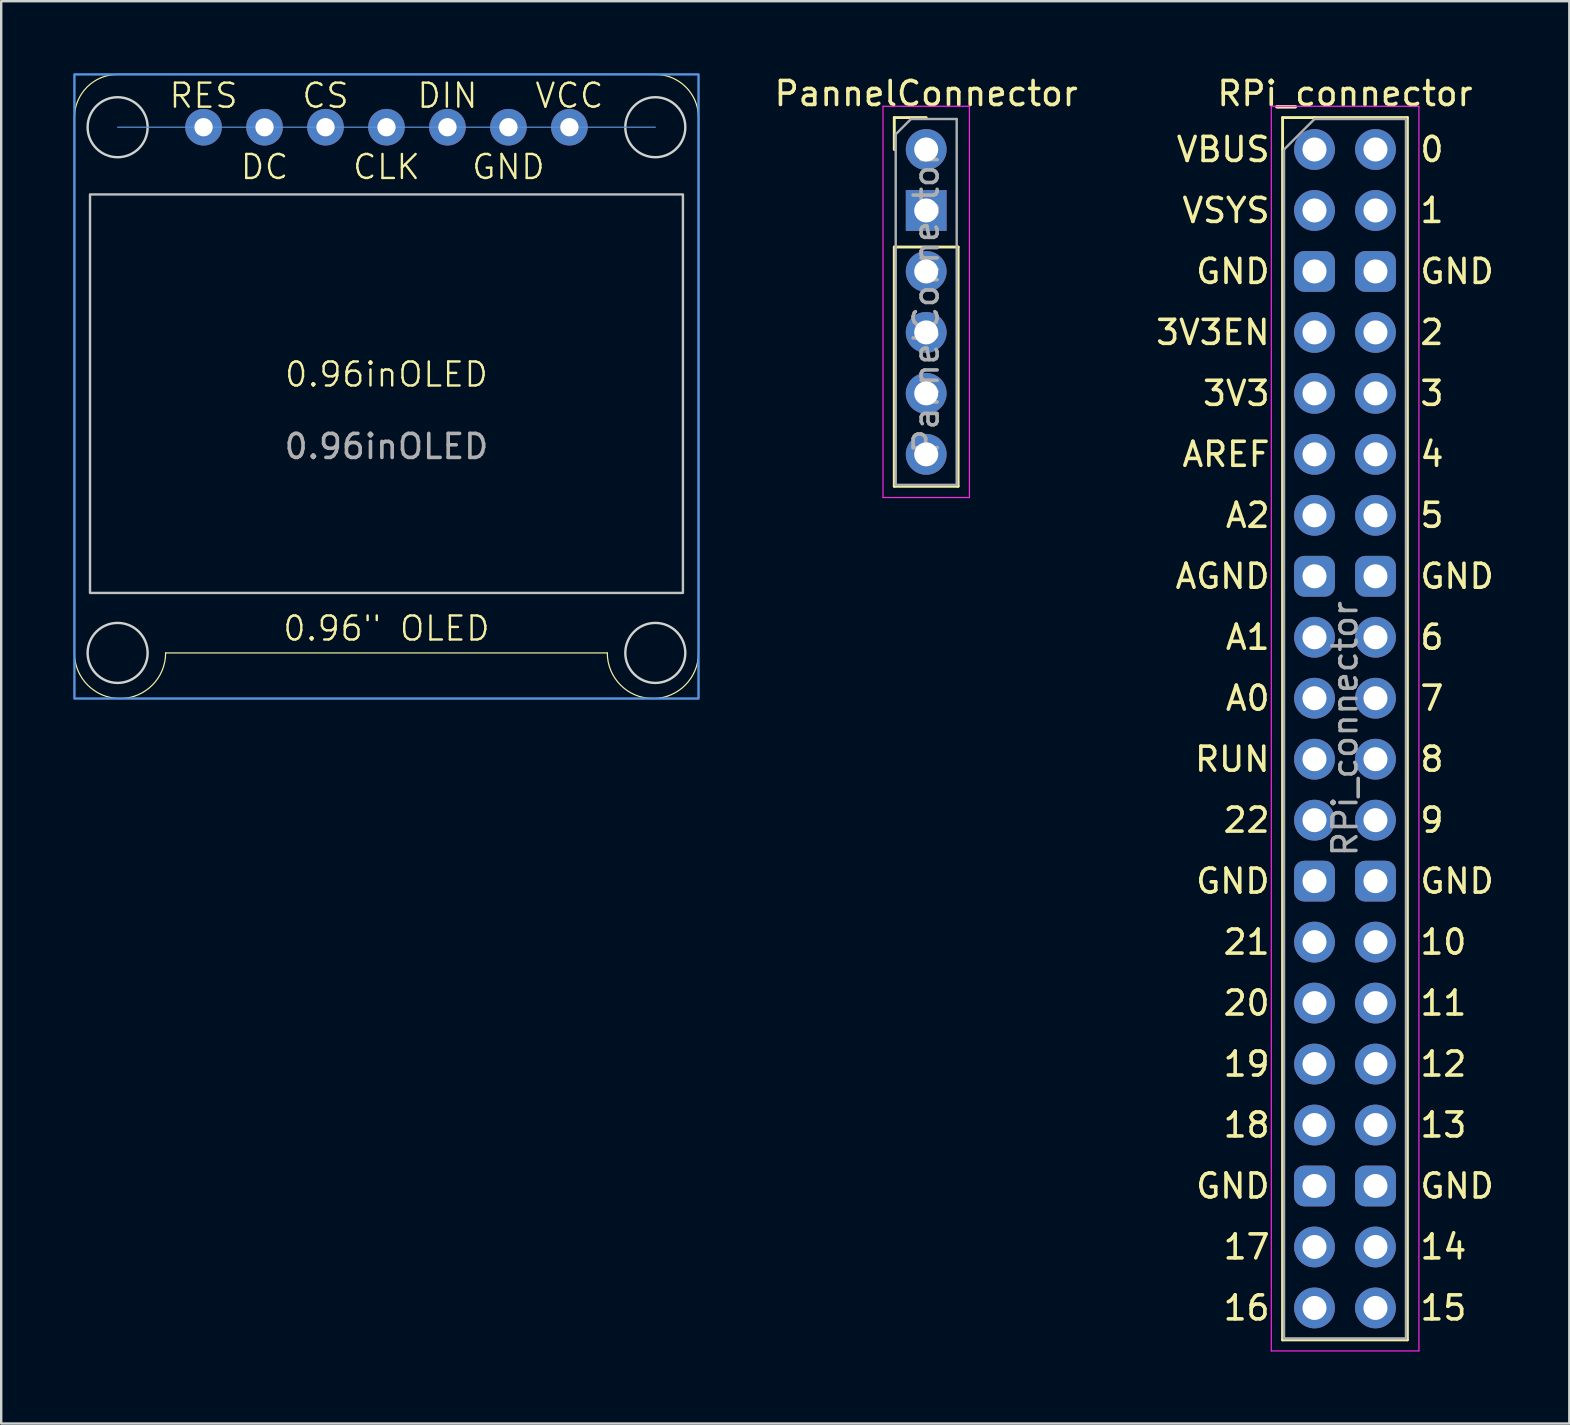
<source format=kicad_pcb>
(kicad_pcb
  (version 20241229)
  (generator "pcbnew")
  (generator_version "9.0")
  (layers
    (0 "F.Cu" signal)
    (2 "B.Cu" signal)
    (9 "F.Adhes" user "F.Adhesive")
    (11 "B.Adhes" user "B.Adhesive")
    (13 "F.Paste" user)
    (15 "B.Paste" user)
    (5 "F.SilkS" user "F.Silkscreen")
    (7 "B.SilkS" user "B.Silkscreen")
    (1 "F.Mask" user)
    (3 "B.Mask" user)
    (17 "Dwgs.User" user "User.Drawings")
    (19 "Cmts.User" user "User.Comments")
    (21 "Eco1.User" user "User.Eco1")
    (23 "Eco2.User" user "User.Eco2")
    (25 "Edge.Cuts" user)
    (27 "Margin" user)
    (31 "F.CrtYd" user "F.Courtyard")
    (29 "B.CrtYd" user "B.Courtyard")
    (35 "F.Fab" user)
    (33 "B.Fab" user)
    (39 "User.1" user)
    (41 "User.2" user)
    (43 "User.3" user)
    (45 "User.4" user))
  (footprint "RPi_connector"
    (layer "F.Cu")
    (at 51.711 3.178)
    (property "Reference" "RPi_connector" (at 1.27 -2.33 0) (layer "F.SilkS") (effects (font (size 1 1) (thickness 0.15))))
    (attr through_hole)
    (fp_line (start -1.33 -1.33) (end 0 -1.33) (stroke (width 0.12) (type solid)) (layer "F.SilkS"))
    (fp_line (start -1.33 0) (end -1.33 -1.33) (stroke (width 0.12) (type solid)) (layer "F.SilkS"))
    (fp_line (start -1.33 0) (end -1.33 49.59) (stroke (width 0.12) (type solid)) (layer "F.SilkS"))
    (fp_line (start -1.33 49.59) (end 3.87 49.59) (stroke (width 0.12) (type solid)) (layer "F.SilkS"))
    (fp_line (start 0 -1.33) (end 3.87 -1.33) (stroke (width 0.12) (type solid)) (layer "F.SilkS"))
    (fp_line (start 3.87 -1.33) (end 3.87 49.59) (stroke (width 0.12) (type solid)) (layer "F.SilkS"))
    (fp_line (start -1.8 -1.8) (end -1.8 50.05) (stroke (width 0.05) (type solid)) (layer "F.CrtYd"))
    (fp_line (start -1.8 50.05) (end 4.35 50.05) (stroke (width 0.05) (type solid)) (layer "F.CrtYd"))
    (fp_line (start 4.35 -1.8) (end -1.8 -1.8) (stroke (width 0.05) (type solid)) (layer "F.CrtYd"))
    (fp_line (start 4.35 50.05) (end 4.35 -1.8) (stroke (width 0.05) (type solid)) (layer "F.CrtYd"))
    (fp_line (start -1.27 0) (end 0 -1.27) (stroke (width 0.1) (type solid)) (layer "F.Fab"))
    (fp_line (start -1.27 49.53) (end -1.27 0) (stroke (width 0.1) (type solid)) (layer "F.Fab"))
    (fp_line (start 0 -1.27) (end 3.81 -1.27) (stroke (width 0.1) (type solid)) (layer "F.Fab"))
    (fp_line (start 3.81 -1.27) (end 3.81 49.53) (stroke (width 0.1) (type solid)) (layer "F.Fab"))
    (fp_line (start 3.81 49.53) (end -1.27 49.53) (stroke (width 0.1) (type solid)) (layer "F.Fab"))
    (fp_text user "12" (at 4.318 38.1 0) (unlocked yes) (layer "F.SilkS") (effects (font (size 1 1) (thickness 0.15)) (justify left)))
    (fp_text user "3" (at 4.318 10.16 0) (unlocked yes) (layer "F.SilkS") (effects (font (size 1 1) (thickness 0.15)) (justify left)))
    (fp_text user "13" (at 4.318 40.64 0) (unlocked yes) (layer "F.SilkS") (effects (font (size 1 1) (thickness 0.15)) (justify left)))
    (fp_text user "AREF" (at -1.778 12.7 0) (unlocked yes) (layer "F.SilkS") (effects (font (size 1 1) (thickness 0.15)) (justify right)))
    (fp_text user "GND" (at -1.778 5.08 0) (unlocked yes) (layer "F.SilkS") (effects (font (size 1 1) (thickness 0.15)) (justify right)))
    (fp_text user "8" (at 4.318 25.4 0) (unlocked yes) (layer "F.SilkS") (effects (font (size 1 1) (thickness 0.15)) (justify left)))
    (fp_text user "0" (at 4.318 0 0) (unlocked yes) (layer "F.SilkS") (effects (font (size 1 1) (thickness 0.15)) (justify left)))
    (fp_text user "4" (at 4.318 12.7 0) (unlocked yes) (layer "F.SilkS") (effects (font (size 1 1) (thickness 0.15)) (justify left)))
    (fp_text user "22" (at -1.778 27.94 0) (unlocked yes) (layer "F.SilkS") (effects (font (size 1 1) (thickness 0.15)) (justify right)))
    (fp_text user "5" (at 4.318 15.24 0) (unlocked yes) (layer "F.SilkS") (effects (font (size 1 1) (thickness 0.15)) (justify left)))
    (fp_text user "3V3EN" (at -1.778 7.62 0) (unlocked yes) (layer "F.SilkS") (effects (font (size 1 1) (thickness 0.15)) (justify right)))
    (fp_text user "6" (at 4.318 20.32 0) (unlocked yes) (layer "F.SilkS") (effects (font (size 1 1) (thickness 0.15)) (justify left)))
    (fp_text user "3V3" (at -1.778 10.16 0) (unlocked yes) (layer "F.SilkS") (effects (font (size 1 1) (thickness 0.15)) (justify right)))
    (fp_text user "VBUS" (at -1.778 0 0) (unlocked yes) (layer "F.SilkS") (effects (font (size 1 1) (thickness 0.15)) (justify right)))
    (fp_text user "9" (at 4.318 27.94 0) (unlocked yes) (layer "F.SilkS") (effects (font (size 1 1) (thickness 0.15)) (justify left)))
    (fp_text user "16" (at -1.778 48.26 0) (unlocked yes) (layer "F.SilkS") (effects (font (size 1 1) (thickness 0.15)) (justify right)))
    (fp_text user "20" (at -1.778 35.56 0) (unlocked yes) (layer "F.SilkS") (effects (font (size 1 1) (thickness 0.15)) (justify right)))
    (fp_text user "17" (at -1.778 45.72 0) (unlocked yes) (layer "F.SilkS") (effects (font (size 1 1) (thickness 0.15)) (justify right)))
    (fp_text user "AGND" (at -1.778 17.78 0) (unlocked yes) (layer "F.SilkS") (effects (font (size 1 1) (thickness 0.15)) (justify right)))
    (fp_text user "21" (at -1.778 33.02 0) (unlocked yes) (layer "F.SilkS") (effects (font (size 1 1) (thickness 0.15)) (justify right)))
    (fp_text user "RUN" (at -1.778 25.4 0) (unlocked yes) (layer "F.SilkS") (effects (font (size 1 1) (thickness 0.15)) (justify right)))
    (fp_text user "7" (at 4.318 22.86 0) (unlocked yes) (layer "F.SilkS") (effects (font (size 1 1) (thickness 0.15)) (justify left)))
    (fp_text user "14" (at 4.318 45.72 0) (unlocked yes) (layer "F.SilkS") (effects (font (size 1 1) (thickness 0.15)) (justify left)))
    (fp_text user "GND" (at 4.318 17.78 0) (unlocked yes) (layer "F.SilkS") (effects (font (size 1 1) (thickness 0.15)) (justify left)))
    (fp_text user "15" (at 4.318 48.26 0) (unlocked yes) (layer "F.SilkS") (effects (font (size 1 1) (thickness 0.15)) (justify left)))
    (fp_text user "19" (at -1.778 38.1 0) (unlocked yes) (layer "F.SilkS") (effects (font (size 1 1) (thickness 0.15)) (justify right)))
    (fp_text user "GND" (at 4.318 5.08 0) (unlocked yes) (layer "F.SilkS") (effects (font (size 1 1) (thickness 0.15)) (justify left)))
    (fp_text user "1" (at 4.318 2.54 0) (unlocked yes) (layer "F.SilkS") (effects (font (size 1 1) (thickness 0.15)) (justify left)))
    (fp_text user "GND" (at -1.778 30.48 0) (unlocked yes) (layer "F.SilkS") (effects (font (size 1 1) (thickness 0.15)) (justify right)))
    (fp_text user "A1" (at -1.778 20.32 0) (unlocked yes) (layer "F.SilkS") (effects (font (size 1 1) (thickness 0.15)) (justify right)))
    (fp_text user "10" (at 4.318 33.02 0) (unlocked yes) (layer "F.SilkS") (effects (font (size 1 1) (thickness 0.15)) (justify left)))
    (fp_text user "GND" (at 4.318 43.18 0) (unlocked yes) (layer "F.SilkS") (effects (font (size 1 1) (thickness 0.15)) (justify left)))
    (fp_text user "GND" (at -1.778 43.18 0) (unlocked yes) (layer "F.SilkS") (effects (font (size 1 1) (thickness 0.15)) (justify right)))
    (fp_text user "VSYS" (at -1.778 2.54 0) (unlocked yes) (layer "F.SilkS") (effects (font (size 1 1) (thickness 0.15)) (justify right)))
    (fp_text user "A2" (at -1.778 15.24 0) (unlocked yes) (layer "F.SilkS") (effects (font (size 1 1) (thickness 0.15)) (justify right)))
    (fp_text user "18" (at -1.778 40.64 0) (unlocked yes) (layer "F.SilkS") (effects (font (size 1 1) (thickness 0.15)) (justify right)))
    (fp_text user "A0" (at -1.778 22.86 0) (unlocked yes) (layer "F.SilkS") (effects (font (size 1 1) (thickness 0.15)) (justify right)))
    (fp_text user "2" (at 4.318 7.62 0) (unlocked yes) (layer "F.SilkS") (effects (font (size 1 1) (thickness 0.15)) (justify left)))
    (fp_text user "11" (at 4.318 35.56 0) (unlocked yes) (layer "F.SilkS") (effects (font (size 1 1) (thickness 0.15)) (justify left)))
    (fp_text user "GND" (at 4.318 30.48 0) (unlocked yes) (layer "F.SilkS") (effects (font (size 1 1) (thickness 0.15)) (justify left)))
    (fp_text user "${REFERENCE}" (at 1.27 24.13 90) (layer "F.Fab") (effects (font (size 1 1) (thickness 0.15))))
    (pad "1" thru_hole oval (at 2.54 0) (size 1.7 1.7) (drill 1) (layers "*.Cu" "*.Mask"))
    (pad "2" thru_hole oval (at 2.54 2.54) (size 1.7 1.7) (drill 1) (layers "*.Cu" "*.Mask"))
    (pad "3" thru_hole roundrect (at 2.54 5.08) (size 1.7 1.7) (drill 1) (layers "*.Cu" "*.Mask") (roundrect_rratio 0.25))
    (pad "4" thru_hole oval (at 2.54 7.62) (size 1.7 1.7) (drill 1) (layers "*.Cu" "*.Mask"))
    (pad "5" thru_hole oval (at 2.54 10.16) (size 1.7 1.7) (drill 1) (layers "*.Cu" "*.Mask"))
    (pad "6" thru_hole oval (at 2.54 12.7) (size 1.7 1.7) (drill 1) (layers "*.Cu" "*.Mask"))
    (pad "7" thru_hole oval (at 2.54 15.24) (size 1.7 1.7) (drill 1) (layers "*.Cu" "*.Mask"))
    (pad "8" thru_hole roundrect (at 2.54 17.78) (size 1.7 1.7) (drill 1) (layers "*.Cu" "*.Mask") (roundrect_rratio 0.25))
    (pad "9" thru_hole oval (at 2.54 20.32) (size 1.7 1.7) (drill 1) (layers "*.Cu" "*.Mask"))
    (pad "10" thru_hole oval (at 2.54 22.86) (size 1.7 1.7) (drill 1) (layers "*.Cu" "*.Mask"))
    (pad "11" thru_hole oval (at 2.54 25.4) (size 1.7 1.7) (drill 1) (layers "*.Cu" "*.Mask"))
    (pad "12" thru_hole oval (at 2.54 27.94) (size 1.7 1.7) (drill 1) (layers "*.Cu" "*.Mask"))
    (pad "13" thru_hole roundrect (at 2.54 30.48) (size 1.7 1.7) (drill 1) (layers "*.Cu" "*.Mask") (roundrect_rratio 0.25))
    (pad "14" thru_hole oval (at 2.54 33.02) (size 1.7 1.7) (drill 1) (layers "*.Cu" "*.Mask"))
    (pad "15" thru_hole oval (at 2.54 35.56) (size 1.7 1.7) (drill 1) (layers "*.Cu" "*.Mask"))
    (pad "16" thru_hole oval (at 2.54 38.1) (size 1.7 1.7) (drill 1) (layers "*.Cu" "*.Mask"))
    (pad "17" thru_hole oval (at 2.54 40.64) (size 1.7 1.7) (drill 1) (layers "*.Cu" "*.Mask"))
    (pad "18" thru_hole roundrect (at 2.54 43.18) (size 1.7 1.7) (drill 1) (layers "*.Cu" "*.Mask") (roundrect_rratio 0.25))
    (pad "19" thru_hole oval (at 2.54 45.72) (size 1.7 1.7) (drill 1) (layers "*.Cu" "*.Mask"))
    (pad "20" thru_hole oval (at 2.54 48.26) (size 1.7 1.7) (drill 1) (layers "*.Cu" "*.Mask"))
    (pad "21" thru_hole oval (at 0 48.26) (size 1.7 1.7) (drill 1) (layers "*.Cu" "*.Mask"))
    (pad "22" thru_hole oval (at 0 45.72) (size 1.7 1.7) (drill 1) (layers "*.Cu" "*.Mask"))
    (pad "23" thru_hole roundrect (at 0 43.18) (size 1.7 1.7) (drill 1) (layers "*.Cu" "*.Mask") (roundrect_rratio 0.25))
    (pad "24" thru_hole oval (at 0 40.64) (size 1.7 1.7) (drill 1) (layers "*.Cu" "*.Mask"))
    (pad "25" thru_hole oval (at 0 38.1) (size 1.7 1.7) (drill 1) (layers "*.Cu" "*.Mask"))
    (pad "26" thru_hole oval (at 0 35.56) (size 1.7 1.7) (drill 1) (layers "*.Cu" "*.Mask"))
    (pad "27" thru_hole oval (at 0 33.02) (size 1.7 1.7) (drill 1) (layers "*.Cu" "*.Mask"))
    (pad "28" thru_hole roundrect (at 0 30.48) (size 1.7 1.7) (drill 1) (layers "*.Cu" "*.Mask") (roundrect_rratio 0.25))
    (pad "29" thru_hole oval (at 0 27.94) (size 1.7 1.7) (drill 1) (layers "*.Cu" "*.Mask"))
    (pad "30" thru_hole oval (at 0 25.4) (size 1.7 1.7) (drill 1) (layers "*.Cu" "*.Mask"))
    (pad "31" thru_hole oval (at 0 22.86) (size 1.7 1.7) (drill 1) (layers "*.Cu" "*.Mask"))
    (pad "32" thru_hole oval (at 0 20.32) (size 1.7 1.7) (drill 1) (layers "*.Cu" "*.Mask"))
    (pad "33" thru_hole roundrect (at 0 17.78) (size 1.7 1.7) (drill 1) (layers "*.Cu" "*.Mask") (roundrect_rratio 0.25))
    (pad "34" thru_hole oval (at 0 15.24) (size 1.7 1.7) (drill 1) (layers "*.Cu" "*.Mask"))
    (pad "35" thru_hole oval (at 0 12.7) (size 1.7 1.7) (drill 1) (layers "*.Cu" "*.Mask"))
    (pad "36" thru_hole oval (at 0 10.16) (size 1.7 1.7) (drill 1) (layers "*.Cu" "*.Mask"))
    (pad "37" thru_hole oval (at 0 7.62) (size 1.7 1.7) (drill 1) (layers "*.Cu" "*.Mask"))
    (pad "38" thru_hole roundrect (at 0 5.08) (size 1.7 1.7) (drill 1) (layers "*.Cu" "*.Mask") (roundrect_rratio 0.25))
    (pad "39" thru_hole oval (at 0 2.54) (size 1.7 1.7) (drill 1) (layers "*.Cu" "*.Mask"))
    (pad "40" thru_hole oval (at 0 0) (size 1.7 1.7) (drill 1) (layers "*.Cu" "*.Mask")))
  (footprint "PannelConnector"
    (layer "F.Cu")
    (at 35.535 3.178)
    (property "Reference" "PannelConnector" (at 0 -2.33 0) (layer "F.SilkS") (effects (font (size 1 1) (thickness 0.15))))
    (attr through_hole)
    (fp_line (start -1.33 -1.33) (end 0 -1.33) (stroke (width 0.12) (type solid)) (layer "F.SilkS"))
    (fp_line (start -1.33 0) (end -1.33 -1.33) (stroke (width 0.12) (type solid)) (layer "F.SilkS"))
    (fp_line (start -1.33 4.064) (end -1.33 14.03) (stroke (width 0.12) (type solid)) (layer "F.SilkS"))
    (fp_line (start -1.33 4.064) (end 1.33 4.064) (stroke (width 0.12) (type solid)) (layer "F.SilkS"))
    (fp_line (start -1.33 14.03) (end 1.33 14.03) (stroke (width 0.12) (type solid)) (layer "F.SilkS"))
    (fp_line (start 1.33 4.064) (end 1.33 14.03) (stroke (width 0.12) (type solid)) (layer "F.SilkS"))
    (fp_line (start -1.8 -1.8) (end -1.8 14.5) (stroke (width 0.05) (type solid)) (layer "F.CrtYd"))
    (fp_line (start -1.8 14.5) (end 1.8 14.5) (stroke (width 0.05) (type solid)) (layer "F.CrtYd"))
    (fp_line (start 1.8 -1.8) (end -1.8 -1.8) (stroke (width 0.05) (type solid)) (layer "F.CrtYd"))
    (fp_line (start 1.8 14.5) (end 1.8 -1.8) (stroke (width 0.05) (type solid)) (layer "F.CrtYd"))
    (fp_line (start -1.27 -0.635) (end -0.635 -1.27) (stroke (width 0.1) (type solid)) (layer "F.Fab"))
    (fp_line (start -1.27 13.97) (end -1.27 -0.635) (stroke (width 0.1) (type solid)) (layer "F.Fab"))
    (fp_line (start -0.635 -1.27) (end 1.27 -1.27) (stroke (width 0.1) (type solid)) (layer "F.Fab"))
    (fp_line (start 1.27 -1.27) (end 1.27 13.97) (stroke (width 0.1) (type solid)) (layer "F.Fab"))
    (fp_line (start 1.27 13.97) (end -1.27 13.97) (stroke (width 0.1) (type solid)) (layer "F.Fab"))
    (fp_text user "${REFERENCE}" (at 0 6.35 90) (layer "F.Fab") (effects (font (size 1 1) (thickness 0.15))))
    (pad "1" thru_hole oval (at 0 0) (size 1.7 1.7) (drill 1) (layers "*.Cu" "*.Mask"))
    (pad "2" thru_hole rect (at 0 2.54) (size 1.7 1.7) (drill 1) (layers "*.Cu" "*.Mask"))
    (pad "3" thru_hole oval (at 0 5.08) (size 1.7 1.7) (drill 1) (layers "*.Cu" "*.Mask"))
    (pad "4" thru_hole oval (at 0 7.62) (size 1.7 1.7) (drill 1) (layers "*.Cu" "*.Mask"))
    (pad "5" thru_hole oval (at 0 10.16) (size 1.7 1.7) (drill 1) (layers "*.Cu" "*.Mask"))
    (pad "6" thru_hole oval (at 0 12.7) (size 1.7 1.7) (drill 1) (layers "*.Cu" "*.Mask")))
  (footprint "0.96inOLED"
    (layer "F.Cu")
    (at 13.05 13.05)
    (property "Reference" "0.96inOLED" (at 0 -0.5 0) (unlocked yes) (layer "F.SilkS") (effects (font (size 1 1) (thickness 0.1))))
    (attr through_hole)
    (fp_line (start -13 11.1) (end -13 -11.2) (stroke (width 0.05) (type default)) (layer "F.SilkS"))
    (fp_line (start -11.2 -13) (end 11.2 -13) (stroke (width 0.05) (type default)) (layer "F.SilkS"))
    (fp_line (start -9.2 11.1) (end 9.2 11.1) (stroke (width 0.05) (type default)) (layer "F.SilkS"))
    (fp_line (start 13 11.1) (end 13 -11.2) (stroke (width 0.05) (type default)) (layer "F.SilkS"))
    (fp_arc (start -13 -11.2) (mid -12.472792 -12.472792) (end -11.2 -13) (stroke (width 0.05) (type default)) (layer "F.SilkS"))
    (fp_arc (start -9.2 11.1) (mid -11.1 13) (end -13 11.1) (stroke (width 0.05) (type default)) (layer "F.SilkS"))
    (fp_arc (start 11.2 -13) (mid 12.472792 -12.472792) (end 13 -11.2) (stroke (width 0.05) (type default)) (layer "F.SilkS"))
    (fp_arc (start 13 11.1) (mid 11.1 13) (end 9.2 11.1) (stroke (width 0.05) (type default)) (layer "F.SilkS"))
    (fp_rect (start -12.35 -8) (end 12.35 8.6) (stroke (width 0.1) (type default)) (fill no) (layer "Dwgs.User"))
    (fp_line (start 11.2 -10.8) (end -11.2 -10.8) (stroke (width 0.05) (type default)) (layer "Cmts.User"))
    (fp_rect (start -13 -13) (end 13 13) (stroke (width 0.1) (type default)) (fill no) (layer "Cmts.User"))
    (fp_circle (center -11.2 -10.8) (end -9.95 -10.8) (stroke (width 0.1) (type default)) (fill no) (layer "Edge.Cuts"))
    (fp_circle (center -11.2 11.1) (end -9.95 11.1) (stroke (width 0.1) (type default)) (fill no) (layer "Edge.Cuts"))
    (fp_circle (center 11.2 -10.8) (end 12.45 -10.8) (stroke (width 0.1) (type default)) (fill no) (layer "Edge.Cuts"))
    (fp_circle (center 11.2 11.1) (end 12.45 11.1) (stroke (width 0.1) (type default)) (fill no) (layer "Edge.Cuts"))
    (fp_text user "RES" (at -7.62 -12.7 0) (unlocked yes) (layer "F.SilkS") (effects (font (size 1 1) (thickness 0.1)) (justify top)))
    (fp_text user "GND" (at 5.08 -9.144 0) (unlocked yes) (layer "F.SilkS") (effects (font (size 1 1) (thickness 0.1))))
    (fp_text user "DC" (at -5.08 -9.144 0) (unlocked yes) (layer "F.SilkS") (effects (font (size 1 1) (thickness 0.1))))
    (fp_text user "DIN" (at 2.54 -12.7 0) (unlocked yes) (layer "F.SilkS") (effects (font (size 1 1) (thickness 0.1)) (justify top)))
    (fp_text user "VCC" (at 7.62 -12.7 0) (unlocked yes) (layer "F.SilkS") (effects (font (size 1 1) (thickness 0.1)) (justify top)))
    (fp_text user "0.96\" OLED" (at 0 10.668 0) (unlocked yes) (layer "F.SilkS") (effects (font (size 1 1) (thickness 0.1)) (justify bottom)))
    (fp_text user "CLK" (at 0 -9.144 0) (unlocked yes) (layer "F.SilkS") (effects (font (size 1 1) (thickness 0.1))))
    (fp_text user "CS" (at -2.54 -12.7 0) (unlocked yes) (layer "F.SilkS") (effects (font (size 1 1) (thickness 0.1)) (justify top)))
    (fp_text user "${REFERENCE}" (at 0 2.5 0) (unlocked yes) (layer "F.Fab") (effects (font (size 1 1) (thickness 0.15))))
    (pad "1" thru_hole circle (at -7.62 -10.8) (size 1.524 1.524) (drill 0.762) (layers "*.Cu" "*.Mask"))
    (pad "2" thru_hole circle (at -5.08 -10.8) (size 1.524 1.524) (drill 0.762) (layers "*.Cu" "*.Mask"))
    (pad "3" thru_hole circle (at -2.54 -10.8) (size 1.524 1.524) (drill 0.762) (layers "*.Cu" "*.Mask"))
    (pad "4" thru_hole circle (at 0 -10.8) (size 1.524 1.524) (drill 0.762) (layers "*.Cu" "*.Mask"))
    (pad "5" thru_hole circle (at 2.54 -10.8) (size 1.524 1.524) (drill 0.762) (layers "*.Cu" "*.Mask"))
    (pad "6" thru_hole circle (at 5.08 -10.8) (size 1.524 1.524) (drill 0.762) (layers "*.Cu" "*.Mask"))
    (pad "7" thru_hole circle (at 7.62 -10.8) (size 1.524 1.524) (drill 0.762) (layers "*.Cu" "*.Mask")))
  (gr_rect
    (start -3 -3)
    (end 62.327 56.253)
    (stroke (width 0.1) (type default))
    (fill no)
    (layer "Edge.Cuts")))
</source>
